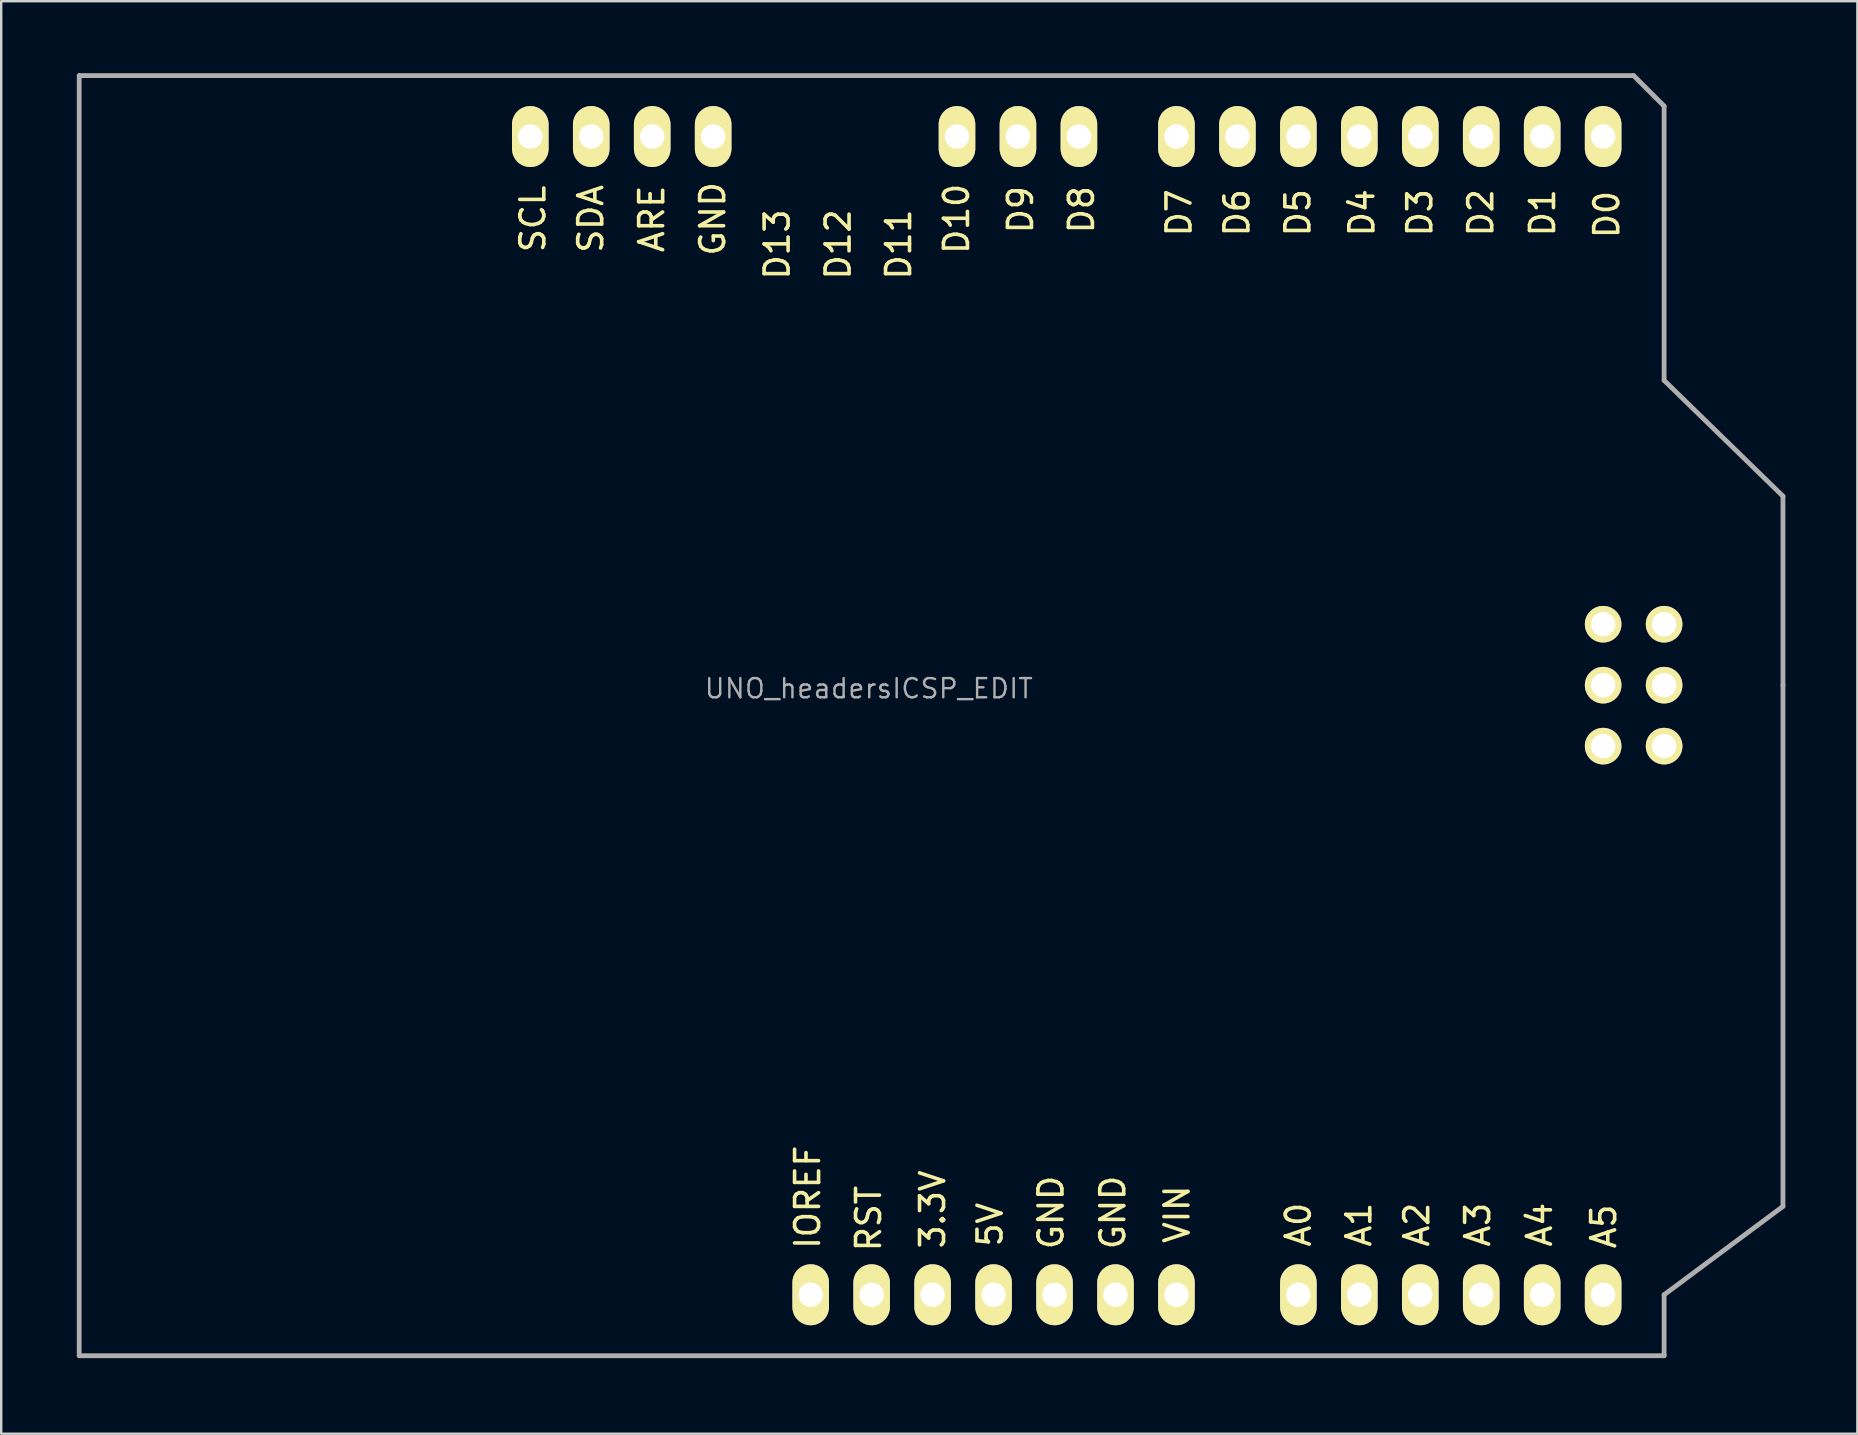
<source format=kicad_pcb>
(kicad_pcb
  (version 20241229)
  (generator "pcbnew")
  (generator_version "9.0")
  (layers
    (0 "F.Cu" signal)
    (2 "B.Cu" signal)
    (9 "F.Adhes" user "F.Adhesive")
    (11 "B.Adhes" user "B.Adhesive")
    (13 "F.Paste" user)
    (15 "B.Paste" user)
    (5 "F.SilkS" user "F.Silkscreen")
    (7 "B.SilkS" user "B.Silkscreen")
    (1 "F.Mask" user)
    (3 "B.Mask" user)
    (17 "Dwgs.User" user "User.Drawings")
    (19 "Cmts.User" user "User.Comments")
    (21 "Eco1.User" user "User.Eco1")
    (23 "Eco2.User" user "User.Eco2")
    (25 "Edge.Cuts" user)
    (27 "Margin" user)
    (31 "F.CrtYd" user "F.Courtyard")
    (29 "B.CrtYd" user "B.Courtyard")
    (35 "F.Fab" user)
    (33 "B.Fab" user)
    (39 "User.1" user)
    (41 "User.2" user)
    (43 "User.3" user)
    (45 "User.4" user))
  (footprint "UNO_headersICSP_EDIT"
    (layer "F.Cu")
    (at 0.25 53.44)
    (property "Reference" "UNO_headersICSP_EDIT" (at 32.9 -27.8 0) (layer "F.Fab") (effects (font (size 0.8 0.8) (thickness 0.1))))
    (attr through_hole)
    (fp_line (start 0 0) (end 0 -53.34) (stroke (width 0.2) (type solid)) (layer "F.Fab"))
    (fp_line (start 0 0) (end 66.04 0) (stroke (width 0.2) (type solid)) (layer "F.Fab"))
    (fp_line (start 64.77 -53.34) (end 0 -53.34) (stroke (width 0.2) (type solid)) (layer "F.Fab"))
    (fp_line (start 66.04 -52.07) (end 64.77 -53.34) (stroke (width 0.2) (type solid)) (layer "F.Fab"))
    (fp_line (start 66.04 -40.64) (end 66.04 -52.07) (stroke (width 0.2) (type solid)) (layer "F.Fab"))
    (fp_line (start 66.04 -40.64) (end 70.993 -35.814) (stroke (width 0.2) (type solid)) (layer "F.Fab"))
    (fp_line (start 66.04 -2.54) (end 66.04 0) (stroke (width 0.2) (type solid)) (layer "F.Fab"))
    (fp_line (start 66.04 -2.54) (end 70.993 -6.223) (stroke (width 0.2) (type solid)) (layer "F.Fab"))
    (fp_line (start 70.993 -35.814) (end 70.993 -27.94) (stroke (width 0.2) (type solid)) (layer "F.Fab"))
    (fp_line (start 70.993 -27.94) (end 70.993 -6.223) (stroke (width 0.2) (type solid)) (layer "F.Fab"))
    (fp_text user "D5" (at 50.78 -47.625 90) (layer "F.SilkS") (effects (font (size 1 1) (thickness 0.15))))
    (fp_text user "D3" (at 55.86 -47.625 90) (layer "F.SilkS") (effects (font (size 1 1) (thickness 0.15))))
    (fp_text user "D10" (at 36.556 -47.371 90) (layer "F.SilkS") (effects (font (size 1 1) (thickness 0.15))))
    (fp_text user "D7" (at 45.827 -47.625 90) (layer "F.SilkS") (effects (font (size 1 1) (thickness 0.15))))
    (fp_text user "D0" (at 63.65 -47.55 90) (layer "F.SilkS") (effects (font (size 1 1) (thickness 0.15))))
    (fp_text user "D4" (at 53.447 -47.625 90) (layer "F.SilkS") (effects (font (size 1 1) (thickness 0.15))))
    (fp_text user "A4" (at 60.848 -5.461 90) (layer "F.SilkS") (effects (font (size 1 1) (thickness 0.15))))
    (fp_text user "SCL" (at 18.903 -47.371 90) (layer "F.SilkS") (effects (font (size 1 1) (thickness 0.15))))
    (fp_text user "D12" (at 31.623 -46.304 90) (layer "F.SilkS") (effects (font (size 1 1) (thickness 0.15))))
    (fp_text user "GND" (at 26.396 -47.371 90) (layer "F.SilkS") (effects (font (size 1 1) (thickness 0.15))))
    (fp_text user "D11" (at 34.143 -46.304 90) (layer "F.SilkS") (effects (font (size 1 1) (thickness 0.15))))
    (fp_text user "3.3V" (at 35.56 -6.096 90) (layer "F.SilkS") (effects (font (size 1 1) (thickness 0.15))))
    (fp_text user "IOREF" (at 30.353 -6.604 90) (layer "F.SilkS") (effects (font (size 1 1) (thickness 0.15))))
    (fp_text user "VIN" (at 45.743 -5.894 90) (layer "F.SilkS") (effects (font (size 1 1) (thickness 0.15))))
    (fp_text user "D13" (at 29.083 -46.304 90) (layer "F.SilkS") (effects (font (size 1 1) (thickness 0.15))))
    (fp_text user "RST" (at 32.893 -5.715 90) (layer "F.SilkS") (effects (font (size 1 1) (thickness 0.15))))
    (fp_text user "A0" (at 50.8 -5.461 90) (layer "F.SilkS") (effects (font (size 1 1) (thickness 0.15))))
    (fp_text user "GND" (at 43.068 -5.969 90) (layer "F.SilkS") (effects (font (size 1 1) (thickness 0.15))))
    (fp_text user "D1" (at 60.975 -47.625 90) (layer "F.SilkS") (effects (font (size 1 1) (thickness 0.15))))
    (fp_text user "D2" (at 58.4 -47.625 90) (layer "F.SilkS") (effects (font (size 1 1) (thickness 0.15))))
    (fp_text user "SDA" (at 21.316 -47.371 90) (layer "F.SilkS") (effects (font (size 1 1) (thickness 0.15))))
    (fp_text user "D8" (at 41.763 -47.752 90) (layer "F.SilkS") (effects (font (size 1 1) (thickness 0.15))))
    (fp_text user "A1" (at 53.32 -5.461 90) (layer "F.SilkS") (effects (font (size 1 1) (thickness 0.15))))
    (fp_text user "D9" (at 39.223 -47.752 90) (layer "F.SilkS") (effects (font (size 1 1) (thickness 0.15))))
    (fp_text user "D6" (at 48.24 -47.625 90) (layer "F.SilkS") (effects (font (size 1 1) (thickness 0.15))))
    (fp_text user "A2" (at 55.733 -5.461 90) (layer "F.SilkS") (effects (font (size 1 1) (thickness 0.15))))
    (fp_text user "5V" (at 37.953 -5.461 90) (layer "F.SilkS") (effects (font (size 1 1) (thickness 0.15))))
    (fp_text user "ARE" (at 23.856 -47.371 90) (layer "F.SilkS") (effects (font (size 1 1) (thickness 0.15))))
    (fp_text user "GND" (at 40.493 -5.969 90) (layer "F.SilkS") (effects (font (size 1 1) (thickness 0.15))))
    (fp_text user "A5" (at 63.523 -5.386 90) (layer "F.SilkS") (effects (font (size 1 1) (thickness 0.15))))
    (fp_text user "A3" (at 58.273 -5.461 90) (layer "F.SilkS") (effects (font (size 1 1) (thickness 0.15))))
    (pad "3V3" thru_hole oval (at 35.56 -2.54 90) (size 2.54 1.524) (drill 1.016) (layers "*.Cu" "*.Mask" "F.SilkS"))
    (pad "5V" thru_hole oval (at 38.1 -2.54 90) (size 2.54 1.524) (drill 1.016) (layers "*.Cu" "*.Mask" "F.SilkS"))
    (pad "A0" thru_hole oval (at 50.8 -2.54 90) (size 2.54 1.524) (drill 1.016) (layers "*.Cu" "*.Mask" "F.SilkS"))
    (pad "A1" thru_hole oval (at 53.34 -2.54 90) (size 2.54 1.524) (drill 1.016) (layers "*.Cu" "*.Mask" "F.SilkS"))
    (pad "A2" thru_hole oval (at 55.88 -2.54 90) (size 2.54 1.524) (drill 1.016) (layers "*.Cu" "*.Mask" "F.SilkS"))
    (pad "A3" thru_hole oval (at 58.42 -2.54 90) (size 2.54 1.524) (drill 1.016) (layers "*.Cu" "*.Mask" "F.SilkS"))
    (pad "A4" thru_hole oval (at 60.96 -2.54 90) (size 2.54 1.524) (drill 1.016) (layers "*.Cu" "*.Mask" "F.SilkS"))
    (pad "A5" thru_hole oval (at 63.5 -2.54 90) (size 2.54 1.524) (drill 1.016) (layers "*.Cu" "*.Mask" "F.SilkS"))
    (pad "AREF" thru_hole oval (at 23.876 -50.8 90) (size 2.54 1.524) (drill 1.016) (layers "*.Cu" "*.Mask" "F.SilkS"))
    (pad "D0" thru_hole oval (at 63.5 -50.8 90) (size 2.54 1.524) (drill 1.016) (layers "*.Cu" "*.Mask" "F.SilkS"))
    (pad "D1" thru_hole oval (at 60.96 -50.8 90) (size 2.54 1.524) (drill 1.016) (layers "*.Cu" "*.Mask" "F.SilkS"))
    (pad "D2" thru_hole oval (at 58.42 -50.8 90) (size 2.54 1.524) (drill 1.016) (layers "*.Cu" "*.Mask" "F.SilkS"))
    (pad "D3" thru_hole oval (at 55.88 -50.8 90) (size 2.54 1.524) (drill 1.016) (layers "*.Cu" "*.Mask" "F.SilkS"))
    (pad "D4" thru_hole oval (at 53.34 -50.8 90) (size 2.54 1.524) (drill 1.016) (layers "*.Cu" "*.Mask" "F.SilkS"))
    (pad "D5" thru_hole oval (at 50.8 -50.8 90) (size 2.54 1.524) (drill 1.016) (layers "*.Cu" "*.Mask" "F.SilkS"))
    (pad "D6" thru_hole oval (at 48.26 -50.8 90) (size 2.54 1.524) (drill 1.016) (layers "*.Cu" "*.Mask" "F.SilkS"))
    (pad "D7" thru_hole oval (at 45.72 -50.8 90) (size 2.54 1.524) (drill 1.016) (layers "*.Cu" "*.Mask" "F.SilkS"))
    (pad "D8" thru_hole oval (at 41.656 -50.8 90) (size 2.54 1.524) (drill 1.016) (layers "*.Cu" "*.Mask" "F.SilkS"))
    (pad "D9" thru_hole oval (at 39.116 -50.8 90) (size 2.54 1.524) (drill 1.016) (layers "*.Cu" "*.Mask" "F.SilkS"))
    (pad "D10" thru_hole oval (at 36.576 -50.8 90) (size 2.54 1.524) (drill 1.016) (layers "*.Cu" "*.Mask" "F.SilkS"))
    (pad "GND1" thru_hole oval (at 40.64 -2.54 90) (size 2.54 1.524) (drill 1.016) (layers "*.Cu" "*.Mask" "F.SilkS"))
    (pad "GND2" thru_hole oval (at 43.18 -2.54 90) (size 2.54 1.524) (drill 1.016) (layers "*.Cu" "*.Mask" "F.SilkS"))
    (pad "GND3" thru_hole oval (at 26.416 -50.8 90) (size 2.54 1.524) (drill 1.016) (layers "*.Cu" "*.Mask" "F.SilkS"))
    (pad "IO" thru_hole oval (at 30.48 -2.54 90) (size 2.54 1.524) (drill 1.016) (layers "*.Cu" "*.Mask" "F.SilkS"))
    (pad "RST" thru_hole oval (at 33.02 -2.54 90) (size 2.54 1.524) (drill 1.016) (layers "*.Cu" "*.Mask" "F.SilkS"))
    (pad "SCL" thru_hole oval (at 18.796 -50.8 90) (size 2.54 1.524) (drill 1.016) (layers "*.Cu" "*.Mask" "F.SilkS"))
    (pad "SDA" thru_hole oval (at 21.336 -50.8 90) (size 2.54 1.524) (drill 1.016) (layers "*.Cu" "*.Mask" "F.SilkS"))
    (pad "SP1" thru_hole circle (at 63.5 -30.48 90) (size 1.524 1.524) (drill 1.016) (layers "*.Cu" "*.Mask" "F.SilkS"))
    (pad "SP2" thru_hole circle (at 66.04 -30.48 90) (size 1.524 1.524) (drill 1.016) (layers "*.Cu" "*.Mask" "F.SilkS"))
    (pad "SP3" thru_hole circle (at 63.5 -27.94 90) (size 1.524 1.524) (drill 1.016) (layers "*.Cu" "*.Mask" "F.SilkS"))
    (pad "SP4" thru_hole circle (at 66.04 -27.94 90) (size 1.524 1.524) (drill 1.016) (layers "*.Cu" "*.Mask" "F.SilkS"))
    (pad "SP5" thru_hole circle (at 63.5 -25.4 90) (size 1.524 1.524) (drill 1.016) (layers "*.Cu" "*.Mask" "F.SilkS"))
    (pad "SP6" thru_hole circle (at 66.04 -25.4 90) (size 1.524 1.524) (drill 1.016) (layers "*.Cu" "*.Mask" "F.SilkS"))
    (pad "VIN" thru_hole oval (at 45.72 -2.54 90) (size 2.54 1.524) (drill 1.016) (layers "*.Cu" "*.Mask" "F.SilkS")))
  (gr_rect
    (start -3 -3)
    (end 74.343 56.69)
    (stroke (width 0.1) (type default))
    (fill no)
    (layer "Edge.Cuts")))
</source>
